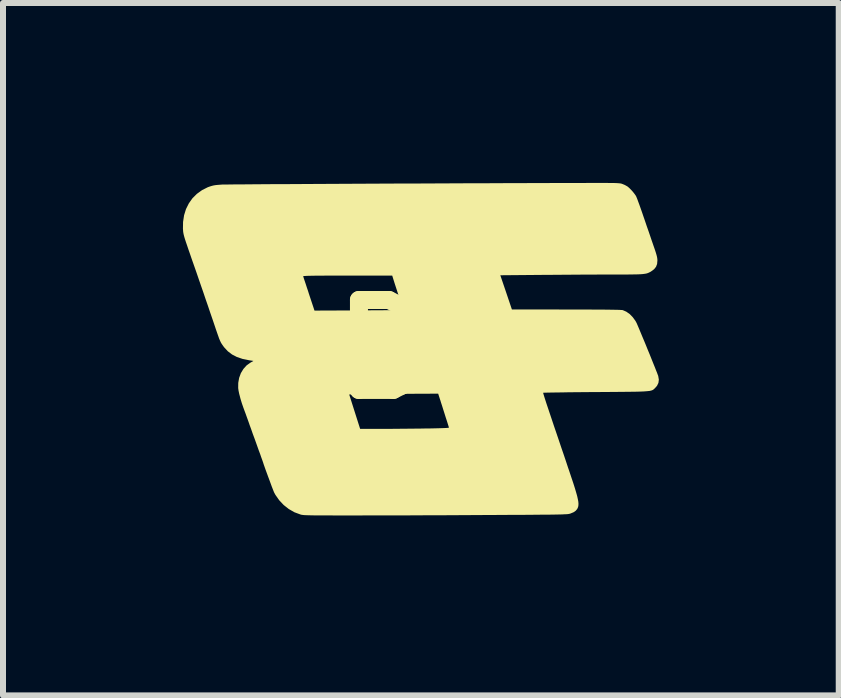
<source format=kicad_pcb>
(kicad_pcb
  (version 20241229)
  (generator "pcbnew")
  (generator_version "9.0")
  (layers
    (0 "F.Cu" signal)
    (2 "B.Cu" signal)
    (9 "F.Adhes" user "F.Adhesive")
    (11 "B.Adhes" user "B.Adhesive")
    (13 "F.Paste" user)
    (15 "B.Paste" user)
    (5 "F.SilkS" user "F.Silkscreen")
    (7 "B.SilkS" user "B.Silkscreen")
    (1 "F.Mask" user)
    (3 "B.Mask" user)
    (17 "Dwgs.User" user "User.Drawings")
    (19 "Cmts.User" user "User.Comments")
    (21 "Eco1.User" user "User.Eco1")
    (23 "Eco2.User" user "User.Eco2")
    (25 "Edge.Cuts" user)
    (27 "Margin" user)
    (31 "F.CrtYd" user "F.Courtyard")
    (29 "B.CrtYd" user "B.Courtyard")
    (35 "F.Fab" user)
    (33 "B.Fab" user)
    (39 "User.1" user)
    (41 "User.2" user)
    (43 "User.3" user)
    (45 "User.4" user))
  (footprint "BF"
    (layer "F.Cu")
    (at 3.97 2.773)
    (property "Reference" "BF" (at 0 0 0) (layer "F.SilkS") (effects (font (size 1.5 1.5) (thickness 0.3))))
    (attr board_only exclude_from_pos_files exclude_from_bom)
    (fp_poly (pts (xy 3.016 -2.773) (xy 3.095 -2.773) (xy 3.158 -2.772) (xy 3.209 -2.772) (xy 3.249 -2.771) (xy 3.281 -2.769) (xy 3.305 -2.767) (xy 3.323 -2.765) (xy 3.338 -2.762) (xy 3.351 -2.758) (xy 3.361 -2.754) (xy 3.397 -2.739) (xy 3.431 -2.72) (xy 3.447 -2.71) (xy 3.477 -2.683) (xy 3.512 -2.647) (xy 3.547 -2.606) (xy 3.576 -2.566) (xy 3.583 -2.555) (xy 3.59 -2.539) (xy 3.603 -2.508) (xy 3.619 -2.464) (xy 3.639 -2.41) (xy 3.661 -2.348) (xy 3.685 -2.28) (xy 3.705 -2.221) (xy 3.733 -2.14) (xy 3.762 -2.054) (xy 3.792 -1.969) (xy 3.82 -1.887) (xy 3.845 -1.813) (xy 3.867 -1.75) (xy 3.874 -1.729) (xy 3.897 -1.663) (xy 3.914 -1.611) (xy 3.926 -1.57) (xy 3.934 -1.537) (xy 3.938 -1.511) (xy 3.94 -1.487) (xy 3.94 -1.481) (xy 3.935 -1.423) (xy 3.917 -1.375) (xy 3.884 -1.334) (xy 3.835 -1.298) (xy 3.825 -1.292) (xy 3.808 -1.283) (xy 3.791 -1.275) (xy 3.773 -1.268) (xy 3.752 -1.262) (xy 3.727 -1.258) (xy 3.696 -1.254) (xy 3.658 -1.251) (xy 3.611 -1.249) (xy 3.554 -1.248) (xy 3.485 -1.247) (xy 3.402 -1.246) (xy 3.304 -1.246) (xy 3.196 -1.246) (xy 3.1 -1.246) (xy 2.989 -1.246) (xy 2.867 -1.245) (xy 2.735 -1.245) (xy 2.598 -1.244) (xy 2.458 -1.243) (xy 2.318 -1.242) (xy 2.182 -1.241) (xy 2.052 -1.24) (xy 2.012 -1.24) (xy 1.321 -1.234) (xy 1.418 -0.949) (xy 1.514 -0.664) (xy 2.421 -0.663) (xy 2.582 -0.663) (xy 2.725 -0.663) (xy 2.852 -0.662) (xy 2.962 -0.662) (xy 3.058 -0.661) (xy 3.139 -0.66) (xy 3.207 -0.659) (xy 3.262 -0.658) (xy 3.304 -0.657) (xy 3.335 -0.655) (xy 3.355 -0.654) (xy 3.364 -0.652) (xy 3.421 -0.627) (xy 3.477 -0.588) (xy 3.528 -0.536) (xy 3.572 -0.476) (xy 3.591 -0.442) (xy 3.601 -0.42) (xy 3.616 -0.385) (xy 3.636 -0.338) (xy 3.66 -0.28) (xy 3.687 -0.215) (xy 3.717 -0.144) (xy 3.748 -0.069) (xy 3.779 0.008) (xy 3.811 0.085) (xy 3.841 0.16) (xy 3.869 0.23) (xy 3.895 0.294) (xy 3.917 0.35) (xy 3.935 0.395) (xy 3.947 0.428) (xy 3.954 0.446) (xy 3.954 0.448) (xy 3.964 0.507) (xy 3.957 0.56) (xy 3.934 0.608) (xy 3.903 0.644) (xy 3.893 0.654) (xy 3.883 0.663) (xy 3.874 0.671) (xy 3.863 0.678) (xy 3.85 0.684) (xy 3.833 0.689) (xy 3.812 0.694) (xy 3.785 0.697) (xy 3.751 0.7) (xy 3.71 0.703) (xy 3.659 0.705) (xy 3.599 0.707) (xy 3.527 0.708) (xy 3.444 0.709) (xy 3.347 0.71) (xy 3.235 0.711) (xy 3.108 0.712) (xy 2.965 0.713) (xy 2.91 0.713) (xy 2.786 0.714) (xy 2.667 0.715) (xy 2.555 0.716) (xy 2.451 0.717) (xy 2.355 0.719) (xy 2.269 0.72) (xy 2.195 0.721) (xy 2.134 0.722) (xy 2.086 0.723) (xy 2.053 0.724) (xy 2.037 0.724) (xy 2.035 0.725) (xy 2.037 0.734) (xy 2.044 0.759) (xy 2.056 0.798) (xy 2.072 0.848) (xy 2.092 0.91) (xy 2.116 0.981) (xy 2.142 1.059) (xy 2.17 1.142) (xy 2.181 1.175) (xy 2.216 1.28) (xy 2.255 1.394) (xy 2.296 1.515) (xy 2.337 1.637) (xy 2.378 1.756) (xy 2.416 1.869) (xy 2.45 1.972) (xy 2.466 2.018) (xy 2.504 2.132) (xy 2.537 2.23) (xy 2.564 2.315) (xy 2.585 2.386) (xy 2.602 2.446) (xy 2.613 2.496) (xy 2.621 2.538) (xy 2.624 2.572) (xy 2.623 2.601) (xy 2.619 2.625) (xy 2.611 2.646) (xy 2.602 2.664) (xy 2.577 2.693) (xy 2.542 2.717) (xy 2.491 2.738) (xy 2.482 2.741) (xy 2.474 2.743) (xy 2.464 2.745) (xy 2.452 2.747) (xy 2.435 2.749) (xy 2.414 2.75) (xy 2.387 2.751) (xy 2.354 2.753) (xy 2.314 2.754) (xy 2.265 2.755) (xy 2.207 2.756) (xy 2.139 2.757) (xy 2.061 2.757) (xy 1.97 2.758) (xy 1.867 2.759) (xy 1.751 2.76) (xy 1.62 2.761) (xy 1.474 2.761) (xy 1.312 2.762) (xy 1.132 2.763) (xy 1.097 2.763) (xy 0.925 2.764) (xy 0.745 2.765) (xy 0.561 2.766) (xy 0.374 2.767) (xy 0.187 2.767) (xy 0.001 2.768) (xy -0.181 2.769) (xy -0.358 2.769) (xy -0.527 2.77) (xy -0.687 2.77) (xy -0.835 2.77) (xy -0.969 2.77) (xy -1.087 2.771) (xy -1.097 2.771) (xy -1.241 2.771) (xy -1.369 2.771) (xy -1.481 2.77) (xy -1.578 2.77) (xy -1.661 2.77) (xy -1.732 2.77) (xy -1.792 2.769) (xy -1.842 2.768) (xy -1.883 2.767) (xy -1.916 2.766) (xy -1.943 2.765) (xy -1.964 2.763) (xy -1.98 2.761) (xy -1.994 2.759) (xy -2.005 2.756) (xy -2.012 2.754) (xy -2.112 2.717) (xy -2.206 2.663) (xy -2.291 2.596) (xy -2.366 2.516) (xy -2.429 2.426) (xy -2.451 2.385) (xy -2.458 2.368) (xy -2.47 2.337) (xy -2.487 2.294) (xy -2.506 2.242) (xy -2.527 2.185) (xy -2.549 2.126) (xy -2.571 2.066) (xy -2.592 2.009) (xy -2.61 1.958) (xy -2.625 1.915) (xy -2.635 1.883) (xy -2.637 1.878) (xy -2.642 1.863) (xy -2.652 1.835) (xy -2.667 1.794) (xy -2.684 1.744) (xy -2.705 1.689) (xy -2.718 1.652) (xy -2.744 1.579) (xy -2.774 1.495) (xy -2.806 1.409) (xy -2.835 1.326) (xy -2.862 1.253) (xy -2.862 1.251) (xy -2.884 1.189) (xy -2.906 1.128) (xy -2.926 1.072) (xy -2.944 1.024) (xy -2.957 0.988) (xy -2.961 0.978) (xy -2.988 0.9) (xy -3.011 0.824) (xy -3.029 0.754) (xy -1.198 0.754) (xy -1.107 1.041) (xy -1.016 1.327) (xy -0.708 1.327) (xy -0.631 1.327) (xy -0.54 1.327) (xy -0.438 1.326) (xy -0.33 1.325) (xy -0.219 1.324) (xy -0.11 1.323) (xy -0.005 1.322) (xy 0.034 1.321) (xy 0.144 1.32) (xy 0.237 1.318) (xy 0.313 1.316) (xy 0.372 1.314) (xy 0.417 1.312) (xy 0.447 1.31) (xy 0.462 1.307) (xy 0.465 1.306) (xy 0.45 1.258) (xy 0.432 1.2) (xy 0.411 1.136) (xy 0.39 1.069) (xy 0.369 1.003) (xy 0.35 0.942) (xy 0.333 0.89) (xy 0.321 0.85) (xy 0.318 0.842) (xy 0.285 0.74) (xy -0.18 0.742) (xy -0.282 0.742) (xy -0.389 0.743) (xy -0.497 0.743) (xy -0.602 0.744) (xy -0.702 0.745) (xy -0.793 0.746) (xy -0.872 0.747) (xy -0.922 0.748) (xy -1.198 0.754) (xy -3.029 0.754) (xy -3.03 0.753) (xy -3.043 0.691) (xy -3.049 0.647) (xy -3.048 0.56) (xy -3.033 0.476) (xy -3.004 0.397) (xy -2.962 0.328) (xy -2.908 0.268) (xy -2.845 0.223) (xy -2.795 0.194) (xy -2.867 0.183) (xy -2.975 0.161) (xy -3.07 0.129) (xy -3.151 0.087) (xy -3.222 0.033) (xy -3.284 -0.034) (xy -3.295 -0.049) (xy -3.312 -0.073) (xy -3.327 -0.095) (xy -3.34 -0.118) (xy -3.353 -0.146) (xy -3.367 -0.179) (xy -3.382 -0.222) (xy -3.401 -0.276) (xy -3.425 -0.345) (xy -3.427 -0.352) (xy -3.474 -0.491) (xy -3.517 -0.616) (xy -3.556 -0.732) (xy -3.594 -0.841) (xy -3.63 -0.948) (xy -3.668 -1.057) (xy -3.707 -1.17) (xy -3.723 -1.217) (xy -1.966 -1.217) (xy -1.966 -1.217) (xy -1.962 -1.206) (xy -1.954 -1.18) (xy -1.941 -1.141) (xy -1.924 -1.091) (xy -1.905 -1.032) (xy -1.883 -0.967) (xy -1.87 -0.925) (xy -1.777 -0.645) (xy -1.04 -0.648) (xy -0.926 -0.649) (xy -0.818 -0.65) (xy -0.716 -0.65) (xy -0.622 -0.651) (xy -0.538 -0.652) (xy -0.464 -0.652) (xy -0.402 -0.653) (xy -0.354 -0.653) (xy -0.32 -0.654) (xy -0.302 -0.654) (xy -0.3 -0.655) (xy -0.302 -0.663) (xy -0.308 -0.687) (xy -0.319 -0.723) (xy -0.333 -0.768) (xy -0.35 -0.819) (xy -0.356 -0.836) (xy -0.376 -0.899) (xy -0.397 -0.964) (xy -0.417 -1.026) (xy -0.435 -1.081) (xy -0.448 -1.122) (xy -0.481 -1.228) (xy -1.226 -1.228) (xy -1.364 -1.228) (xy -1.485 -1.228) (xy -1.589 -1.228) (xy -1.679 -1.227) (xy -1.754 -1.227) (xy -1.817 -1.226) (xy -1.867 -1.225) (xy -1.905 -1.224) (xy -1.933 -1.222) (xy -1.952 -1.221) (xy -1.963 -1.219) (xy -1.966 -1.217) (xy -3.723 -1.217) (xy -3.747 -1.287) (xy -3.788 -1.404) (xy -3.824 -1.506) (xy -3.854 -1.594) (xy -3.88 -1.668) (xy -3.901 -1.731) (xy -3.919 -1.783) (xy -3.933 -1.826) (xy -3.944 -1.861) (xy -3.952 -1.89) (xy -3.958 -1.914) (xy -3.962 -1.933) (xy -3.965 -1.951) (xy -3.967 -1.967) (xy -3.968 -1.983) (xy -3.969 -2) (xy -3.97 -2.008) (xy -3.968 -2.124) (xy -3.951 -2.235) (xy -3.919 -2.338) (xy -3.872 -2.432) (xy -3.812 -2.517) (xy -3.738 -2.591) (xy -3.652 -2.653) (xy -3.555 -2.702) (xy -3.521 -2.714) (xy -3.489 -2.724) (xy -3.456 -2.732) (xy -3.418 -2.738) (xy -3.37 -2.742) (xy -3.318 -2.746) (xy -3.301 -2.746) (xy -3.266 -2.747) (xy -3.215 -2.747) (xy -3.148 -2.748) (xy -3.067 -2.749) (xy -2.971 -2.749) (xy -2.862 -2.75) (xy -2.74 -2.751) (xy -2.607 -2.752) (xy -2.462 -2.753) (xy -2.308 -2.753) (xy -2.144 -2.754) (xy -1.972 -2.755) (xy -1.792 -2.756) (xy -1.605 -2.757) (xy -1.412 -2.758) (xy -1.213 -2.759) (xy -1.01 -2.76) (xy -0.803 -2.761) (xy -0.593 -2.762) (xy -0.381 -2.763) (xy -0.167 -2.763) (xy 0.047 -2.764) (xy 0.261 -2.765) (xy 0.474 -2.766) (xy 0.685 -2.767) (xy 0.894 -2.768) (xy 1.1 -2.768) (xy 1.301 -2.769) (xy 1.497 -2.77) (xy 1.688 -2.77) (xy 1.872 -2.771) (xy 2.049 -2.771) (xy 2.218 -2.772) (xy 2.378 -2.772) (xy 2.528 -2.772) (xy 2.668 -2.772) (xy 2.796 -2.773) (xy 2.913 -2.773) (xy 2.922 -2.773)) (stroke (width 0) (type solid)) (fill yes) (layer "F.SilkS")))
  (gr_rect
    (start -3 -3)
    (end 10.933 8.543)
    (stroke (width 0.1) (type default))
    (fill no)
    (layer "Edge.Cuts")))
</source>
